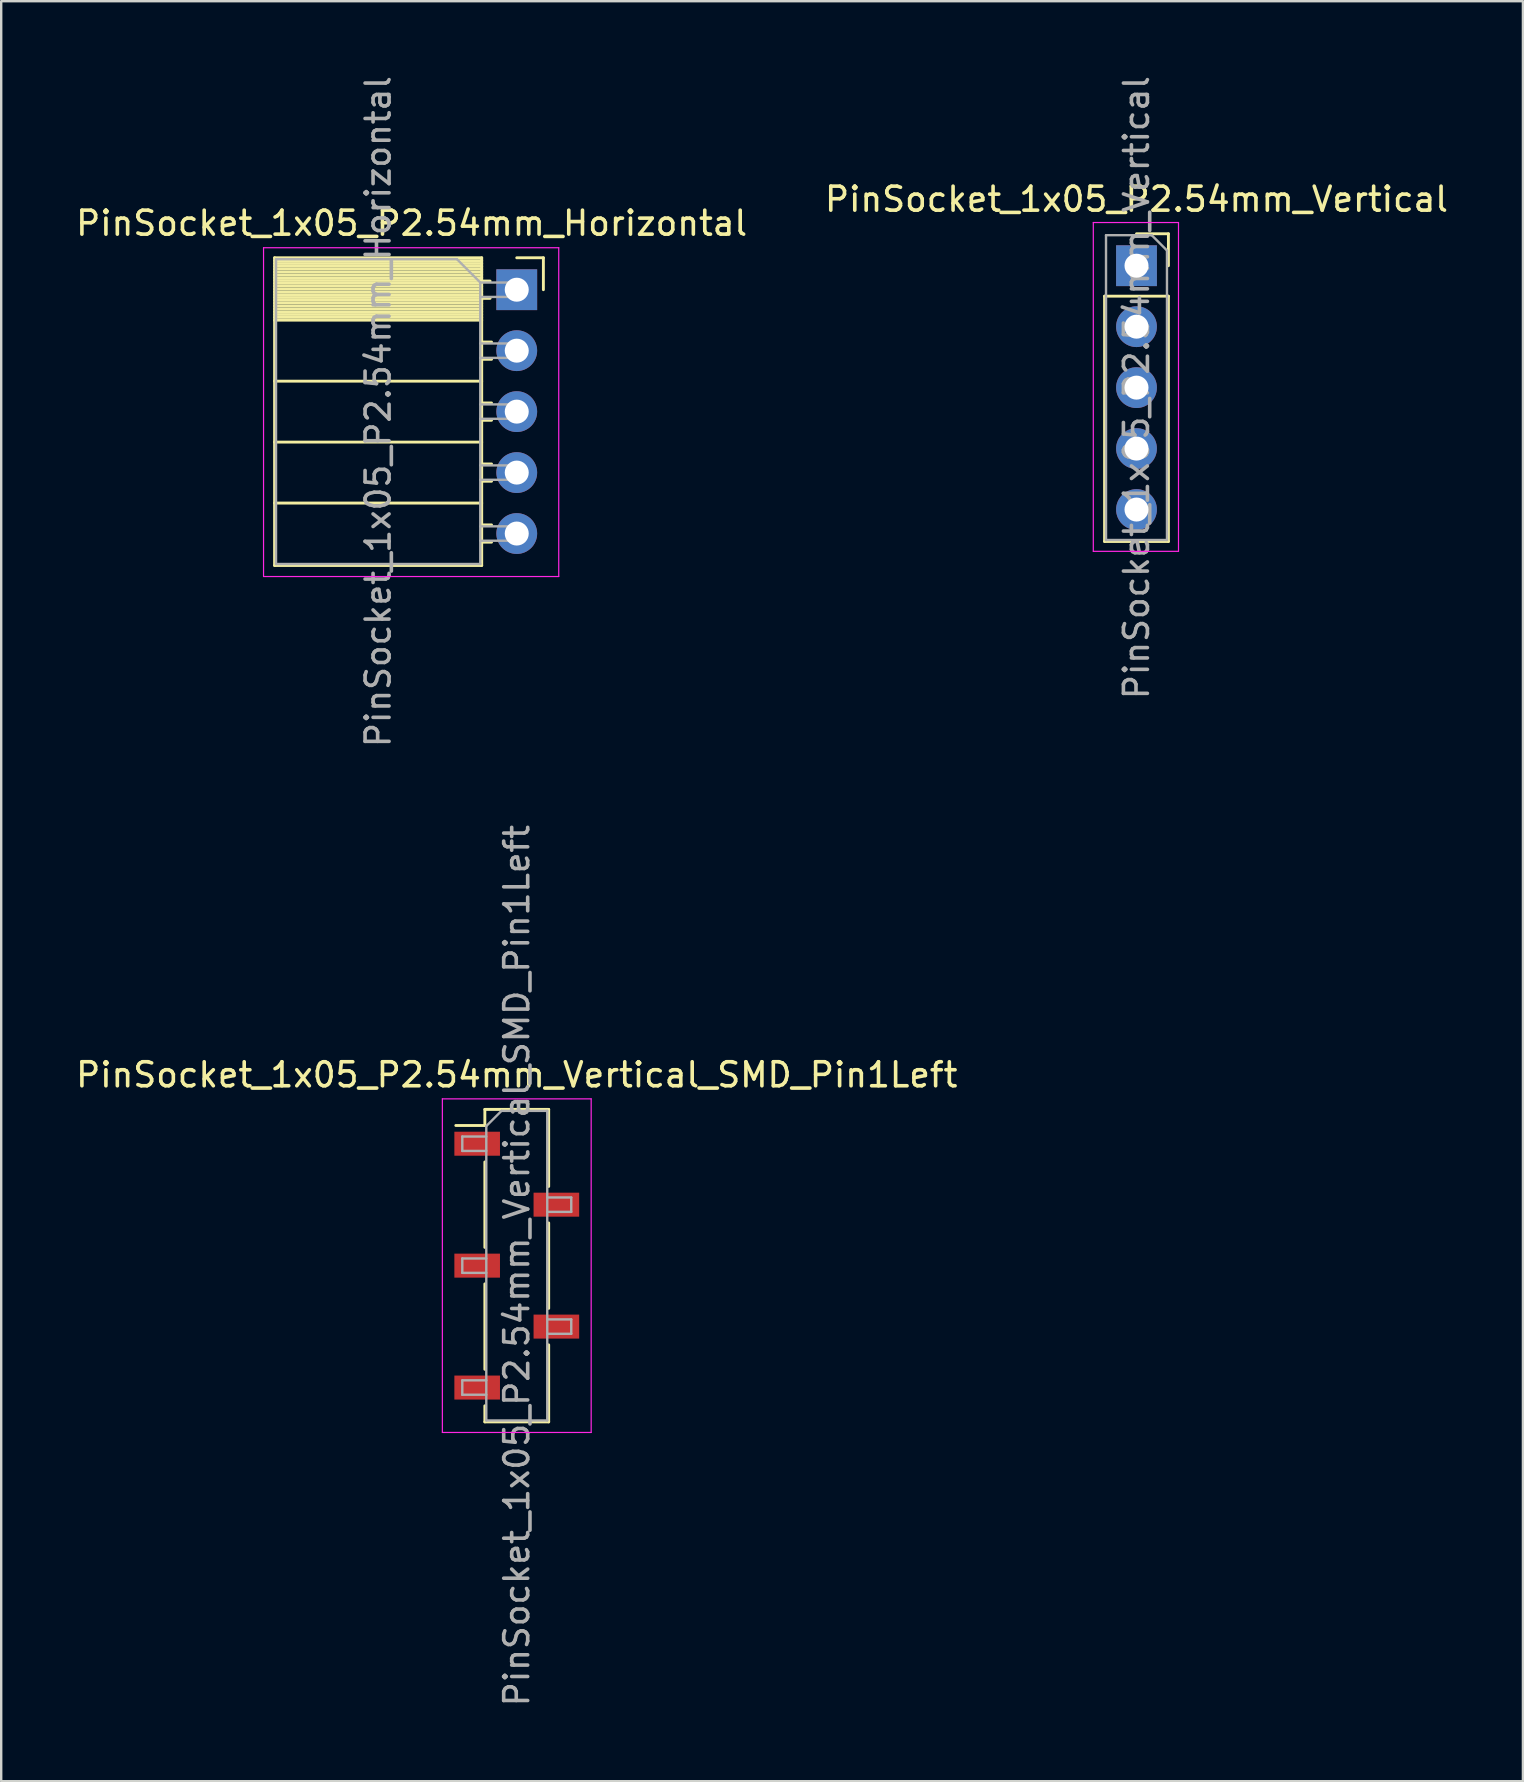
<source format=kicad_pcb>
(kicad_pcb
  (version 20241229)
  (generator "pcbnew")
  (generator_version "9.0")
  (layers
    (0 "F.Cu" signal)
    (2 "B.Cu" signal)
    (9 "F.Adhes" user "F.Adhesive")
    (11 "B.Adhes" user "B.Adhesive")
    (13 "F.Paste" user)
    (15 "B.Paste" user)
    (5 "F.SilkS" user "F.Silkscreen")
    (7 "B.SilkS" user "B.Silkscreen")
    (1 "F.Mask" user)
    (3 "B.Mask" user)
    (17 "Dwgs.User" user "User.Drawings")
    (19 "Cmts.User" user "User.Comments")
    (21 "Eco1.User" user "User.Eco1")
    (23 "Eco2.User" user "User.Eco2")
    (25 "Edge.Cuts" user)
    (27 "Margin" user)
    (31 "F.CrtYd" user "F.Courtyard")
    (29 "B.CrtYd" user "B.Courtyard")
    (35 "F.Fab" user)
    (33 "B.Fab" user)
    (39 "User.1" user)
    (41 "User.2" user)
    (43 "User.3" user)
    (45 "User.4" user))
  (footprint "PinSocket_1x05_P2.54mm_Vertical_SMD_Pin1Left"
    (layer "F.Cu")
    (at 18.482 49.685)
    (property "Reference" "PinSocket_1x05_P2.54mm_Vertical_SMD_Pin1Left" (at 0 -7.95 0) (layer "F.SilkS") (effects (font (size 1 1) (thickness 0.15))))
    (attr smd)
    (fp_line (start -2.54 -5.84) (end -1.33 -5.84) (stroke (width 0.12) (type solid)) (layer "F.SilkS"))
    (fp_line (start -1.33 -6.51) (end -1.33 -5.84) (stroke (width 0.12) (type solid)) (layer "F.SilkS"))
    (fp_line (start -1.33 -6.51) (end 1.33 -6.51) (stroke (width 0.12) (type solid)) (layer "F.SilkS"))
    (fp_line (start -1.33 -4.32) (end -1.33 -0.76) (stroke (width 0.12) (type solid)) (layer "F.SilkS"))
    (fp_line (start -1.33 0.76) (end -1.33 4.32) (stroke (width 0.12) (type solid)) (layer "F.SilkS"))
    (fp_line (start -1.33 5.84) (end -1.33 6.51) (stroke (width 0.12) (type solid)) (layer "F.SilkS"))
    (fp_line (start -1.33 6.51) (end 1.33 6.51) (stroke (width 0.12) (type solid)) (layer "F.SilkS"))
    (fp_line (start 1.33 -6.51) (end 1.33 -3.3) (stroke (width 0.12) (type solid)) (layer "F.SilkS"))
    (fp_line (start 1.33 -1.78) (end 1.33 1.78) (stroke (width 0.12) (type solid)) (layer "F.SilkS"))
    (fp_line (start 1.33 3.3) (end 1.33 6.51) (stroke (width 0.12) (type solid)) (layer "F.SilkS"))
    (fp_line (start -3.1 -6.95) (end 3.1 -6.95) (stroke (width 0.05) (type solid)) (layer "F.CrtYd"))
    (fp_line (start -3.1 6.95) (end -3.1 -6.95) (stroke (width 0.05) (type solid)) (layer "F.CrtYd"))
    (fp_line (start 3.1 -6.95) (end 3.1 6.95) (stroke (width 0.05) (type solid)) (layer "F.CrtYd"))
    (fp_line (start 3.1 6.95) (end -3.1 6.95) (stroke (width 0.05) (type solid)) (layer "F.CrtYd"))
    (fp_line (start -2.27 -5.38) (end -1.27 -5.38) (stroke (width 0.1) (type solid)) (layer "F.Fab"))
    (fp_line (start -2.27 -4.78) (end -2.27 -5.38) (stroke (width 0.1) (type solid)) (layer "F.Fab"))
    (fp_line (start -2.27 -0.3) (end -1.27 -0.3) (stroke (width 0.1) (type solid)) (layer "F.Fab"))
    (fp_line (start -2.27 0.3) (end -2.27 -0.3) (stroke (width 0.1) (type solid)) (layer "F.Fab"))
    (fp_line (start -2.27 4.78) (end -1.27 4.78) (stroke (width 0.1) (type solid)) (layer "F.Fab"))
    (fp_line (start -2.27 5.38) (end -2.27 4.78) (stroke (width 0.1) (type solid)) (layer "F.Fab"))
    (fp_line (start -1.27 -5.815) (end -0.635 -6.45) (stroke (width 0.1) (type solid)) (layer "F.Fab"))
    (fp_line (start -1.27 -4.78) (end -2.27 -4.78) (stroke (width 0.1) (type solid)) (layer "F.Fab"))
    (fp_line (start -1.27 0.3) (end -2.27 0.3) (stroke (width 0.1) (type solid)) (layer "F.Fab"))
    (fp_line (start -1.27 5.38) (end -2.27 5.38) (stroke (width 0.1) (type solid)) (layer "F.Fab"))
    (fp_line (start -1.27 6.45) (end -1.27 -5.815) (stroke (width 0.1) (type solid)) (layer "F.Fab"))
    (fp_line (start -0.635 -6.45) (end 1.27 -6.45) (stroke (width 0.1) (type solid)) (layer "F.Fab"))
    (fp_line (start 1.27 -6.45) (end 1.27 6.45) (stroke (width 0.1) (type solid)) (layer "F.Fab"))
    (fp_line (start 1.27 -2.84) (end 2.27 -2.84) (stroke (width 0.1) (type solid)) (layer "F.Fab"))
    (fp_line (start 1.27 2.24) (end 2.27 2.24) (stroke (width 0.1) (type solid)) (layer "F.Fab"))
    (fp_line (start 1.27 6.45) (end -1.27 6.45) (stroke (width 0.1) (type solid)) (layer "F.Fab"))
    (fp_line (start 2.27 -2.84) (end 2.27 -2.24) (stroke (width 0.1) (type solid)) (layer "F.Fab"))
    (fp_line (start 2.27 -2.24) (end 1.27 -2.24) (stroke (width 0.1) (type solid)) (layer "F.Fab"))
    (fp_line (start 2.27 2.24) (end 2.27 2.84) (stroke (width 0.1) (type solid)) (layer "F.Fab"))
    (fp_line (start 2.27 2.84) (end 1.27 2.84) (stroke (width 0.1) (type solid)) (layer "F.Fab"))
    (fp_text user "${REFERENCE}" (at 0 0 90) (layer "F.Fab") (effects (font (size 1 1) (thickness 0.15))))
    (pad "1" smd rect (at -1.65 -5.08) (size 1.9 1) (layers "F.Cu" "F.Mask" "F.Paste"))
    (pad "2" smd rect (at 1.65 -2.54) (size 1.9 1) (layers "F.Cu" "F.Mask" "F.Paste"))
    (pad "3" smd rect (at -1.65 0) (size 1.9 1) (layers "F.Cu" "F.Mask" "F.Paste"))
    (pad "4" smd rect (at 1.65 2.54) (size 1.9 1) (layers "F.Cu" "F.Mask" "F.Paste"))
    (pad "5" smd rect (at -1.65 5.08) (size 1.9 1) (layers "F.Cu" "F.Mask" "F.Paste")))
  (footprint "PinSocket_1x05_P2.54mm_Horizontal"
    (layer "F.Cu")
    (at 18.481 9.021)
    (property "Reference" "PinSocket_1x05_P2.54mm_Horizontal" (at -4.38 -2.77 0) (layer "F.SilkS") (effects (font (size 1 1) (thickness 0.15))))
    (attr through_hole)
    (fp_line (start -10.09 -1.33) (end -10.09 11.49) (stroke (width 0.12) (type solid)) (layer "F.SilkS"))
    (fp_line (start -10.09 -1.33) (end -1.46 -1.33) (stroke (width 0.12) (type solid)) (layer "F.SilkS"))
    (fp_line (start -10.09 -1.21) (end -1.46 -1.21) (stroke (width 0.12) (type solid)) (layer "F.SilkS"))
    (fp_line (start -10.09 -1.092) (end -1.46 -1.092) (stroke (width 0.12) (type solid)) (layer "F.SilkS"))
    (fp_line (start -10.09 -0.974) (end -1.46 -0.974) (stroke (width 0.12) (type solid)) (layer "F.SilkS"))
    (fp_line (start -10.09 -0.856) (end -1.46 -0.856) (stroke (width 0.12) (type solid)) (layer "F.SilkS"))
    (fp_line (start -10.09 -0.738) (end -1.46 -0.738) (stroke (width 0.12) (type solid)) (layer "F.SilkS"))
    (fp_line (start -10.09 -0.62) (end -1.46 -0.62) (stroke (width 0.12) (type solid)) (layer "F.SilkS"))
    (fp_line (start -10.09 -0.501) (end -1.46 -0.501) (stroke (width 0.12) (type solid)) (layer "F.SilkS"))
    (fp_line (start -10.09 -0.383) (end -1.46 -0.383) (stroke (width 0.12) (type solid)) (layer "F.SilkS"))
    (fp_line (start -10.09 -0.265) (end -1.46 -0.265) (stroke (width 0.12) (type solid)) (layer "F.SilkS"))
    (fp_line (start -10.09 -0.147) (end -1.46 -0.147) (stroke (width 0.12) (type solid)) (layer "F.SilkS"))
    (fp_line (start -10.09 -0.029) (end -1.46 -0.029) (stroke (width 0.12) (type solid)) (layer "F.SilkS"))
    (fp_line (start -10.09 0.089) (end -1.46 0.089) (stroke (width 0.12) (type solid)) (layer "F.SilkS"))
    (fp_line (start -10.09 0.207) (end -1.46 0.207) (stroke (width 0.12) (type solid)) (layer "F.SilkS"))
    (fp_line (start -10.09 0.325) (end -1.46 0.325) (stroke (width 0.12) (type solid)) (layer "F.SilkS"))
    (fp_line (start -10.09 0.443) (end -1.46 0.443) (stroke (width 0.12) (type solid)) (layer "F.SilkS"))
    (fp_line (start -10.09 0.561) (end -1.46 0.561) (stroke (width 0.12) (type solid)) (layer "F.SilkS"))
    (fp_line (start -10.09 0.68) (end -1.46 0.68) (stroke (width 0.12) (type solid)) (layer "F.SilkS"))
    (fp_line (start -10.09 0.798) (end -1.46 0.798) (stroke (width 0.12) (type solid)) (layer "F.SilkS"))
    (fp_line (start -10.09 0.916) (end -1.46 0.916) (stroke (width 0.12) (type solid)) (layer "F.SilkS"))
    (fp_line (start -10.09 1.034) (end -1.46 1.034) (stroke (width 0.12) (type solid)) (layer "F.SilkS"))
    (fp_line (start -10.09 1.152) (end -1.46 1.152) (stroke (width 0.12) (type solid)) (layer "F.SilkS"))
    (fp_line (start -10.09 1.27) (end -1.46 1.27) (stroke (width 0.12) (type solid)) (layer "F.SilkS"))
    (fp_line (start -10.09 3.81) (end -1.46 3.81) (stroke (width 0.12) (type solid)) (layer "F.SilkS"))
    (fp_line (start -10.09 6.35) (end -1.46 6.35) (stroke (width 0.12) (type solid)) (layer "F.SilkS"))
    (fp_line (start -10.09 8.89) (end -1.46 8.89) (stroke (width 0.12) (type solid)) (layer "F.SilkS"))
    (fp_line (start -10.09 11.49) (end -1.46 11.49) (stroke (width 0.12) (type solid)) (layer "F.SilkS"))
    (fp_line (start -1.46 -1.33) (end -1.46 11.49) (stroke (width 0.12) (type solid)) (layer "F.SilkS"))
    (fp_line (start -1.46 -0.36) (end -1.11 -0.36) (stroke (width 0.12) (type solid)) (layer "F.SilkS"))
    (fp_line (start -1.46 0.36) (end -1.11 0.36) (stroke (width 0.12) (type solid)) (layer "F.SilkS"))
    (fp_line (start -1.46 2.18) (end -1.05 2.18) (stroke (width 0.12) (type solid)) (layer "F.SilkS"))
    (fp_line (start -1.46 2.9) (end -1.05 2.9) (stroke (width 0.12) (type solid)) (layer "F.SilkS"))
    (fp_line (start -1.46 4.72) (end -1.05 4.72) (stroke (width 0.12) (type solid)) (layer "F.SilkS"))
    (fp_line (start -1.46 5.44) (end -1.05 5.44) (stroke (width 0.12) (type solid)) (layer "F.SilkS"))
    (fp_line (start -1.46 7.26) (end -1.05 7.26) (stroke (width 0.12) (type solid)) (layer "F.SilkS"))
    (fp_line (start -1.46 7.98) (end -1.05 7.98) (stroke (width 0.12) (type solid)) (layer "F.SilkS"))
    (fp_line (start -1.46 9.8) (end -1.05 9.8) (stroke (width 0.12) (type solid)) (layer "F.SilkS"))
    (fp_line (start -1.46 10.52) (end -1.05 10.52) (stroke (width 0.12) (type solid)) (layer "F.SilkS"))
    (fp_line (start 0 -1.33) (end 1.11 -1.33) (stroke (width 0.12) (type solid)) (layer "F.SilkS"))
    (fp_line (start 1.11 -1.33) (end 1.11 0) (stroke (width 0.12) (type solid)) (layer "F.SilkS"))
    (fp_line (start -10.55 -1.75) (end -10.55 11.95) (stroke (width 0.05) (type solid)) (layer "F.CrtYd"))
    (fp_line (start -10.55 11.95) (end 1.75 11.95) (stroke (width 0.05) (type solid)) (layer "F.CrtYd"))
    (fp_line (start 1.75 -1.75) (end -10.55 -1.75) (stroke (width 0.05) (type solid)) (layer "F.CrtYd"))
    (fp_line (start 1.75 11.95) (end 1.75 -1.75) (stroke (width 0.05) (type solid)) (layer "F.CrtYd"))
    (fp_line (start -10.03 -1.27) (end -2.49 -1.27) (stroke (width 0.1) (type solid)) (layer "F.Fab"))
    (fp_line (start -10.03 11.43) (end -10.03 -1.27) (stroke (width 0.1) (type solid)) (layer "F.Fab"))
    (fp_line (start -2.49 -1.27) (end -1.52 -0.3) (stroke (width 0.1) (type solid)) (layer "F.Fab"))
    (fp_line (start -1.52 -0.3) (end -1.52 11.43) (stroke (width 0.1) (type solid)) (layer "F.Fab"))
    (fp_line (start -1.52 0.3) (end 0 0.3) (stroke (width 0.1) (type solid)) (layer "F.Fab"))
    (fp_line (start -1.52 2.84) (end 0 2.84) (stroke (width 0.1) (type solid)) (layer "F.Fab"))
    (fp_line (start -1.52 5.38) (end 0 5.38) (stroke (width 0.1) (type solid)) (layer "F.Fab"))
    (fp_line (start -1.52 7.92) (end 0 7.92) (stroke (width 0.1) (type solid)) (layer "F.Fab"))
    (fp_line (start -1.52 10.46) (end 0 10.46) (stroke (width 0.1) (type solid)) (layer "F.Fab"))
    (fp_line (start -1.52 11.43) (end -10.03 11.43) (stroke (width 0.1) (type solid)) (layer "F.Fab"))
    (fp_line (start 0 -0.3) (end -1.52 -0.3) (stroke (width 0.1) (type solid)) (layer "F.Fab"))
    (fp_line (start 0 0.3) (end 0 -0.3) (stroke (width 0.1) (type solid)) (layer "F.Fab"))
    (fp_line (start 0 2.24) (end -1.52 2.24) (stroke (width 0.1) (type solid)) (layer "F.Fab"))
    (fp_line (start 0 2.84) (end 0 2.24) (stroke (width 0.1) (type solid)) (layer "F.Fab"))
    (fp_line (start 0 4.78) (end -1.52 4.78) (stroke (width 0.1) (type solid)) (layer "F.Fab"))
    (fp_line (start 0 5.38) (end 0 4.78) (stroke (width 0.1) (type solid)) (layer "F.Fab"))
    (fp_line (start 0 7.32) (end -1.52 7.32) (stroke (width 0.1) (type solid)) (layer "F.Fab"))
    (fp_line (start 0 7.92) (end 0 7.32) (stroke (width 0.1) (type solid)) (layer "F.Fab"))
    (fp_line (start 0 9.86) (end -1.52 9.86) (stroke (width 0.1) (type solid)) (layer "F.Fab"))
    (fp_line (start 0 10.46) (end 0 9.86) (stroke (width 0.1) (type solid)) (layer "F.Fab"))
    (fp_text user "${REFERENCE}" (at -5.775 5.08 90) (layer "F.Fab") (effects (font (size 1 1) (thickness 0.15))))
    (pad "1" thru_hole rect (at 0 0) (size 1.7 1.7) (drill 1) (layers "*.Cu" "*.Mask"))
    (pad "2" thru_hole circle (at 0 2.54) (size 1.7 1.7) (drill 1) (layers "*.Cu" "*.Mask"))
    (pad "3" thru_hole circle (at 0 5.08) (size 1.7 1.7) (drill 1) (layers "*.Cu" "*.Mask"))
    (pad "4" thru_hole circle (at 0 7.62) (size 1.7 1.7) (drill 1) (layers "*.Cu" "*.Mask"))
    (pad "5" thru_hole circle (at 0 10.16) (size 1.7 1.7) (drill 1) (layers "*.Cu" "*.Mask")))
  (footprint "PinSocket_1x05_P2.54mm_Vertical"
    (layer "F.Cu")
    (at 44.304 8.021)
    (property "Reference" "PinSocket_1x05_P2.54mm_Vertical" (at 0 -2.77 0) (layer "F.SilkS") (effects (font (size 1 1) (thickness 0.15))))
    (attr through_hole)
    (fp_line (start -1.33 1.27) (end -1.33 11.49) (stroke (width 0.12) (type solid)) (layer "F.SilkS"))
    (fp_line (start -1.33 1.27) (end 1.33 1.27) (stroke (width 0.12) (type solid)) (layer "F.SilkS"))
    (fp_line (start -1.33 11.49) (end 1.33 11.49) (stroke (width 0.12) (type solid)) (layer "F.SilkS"))
    (fp_line (start 0 -1.33) (end 1.33 -1.33) (stroke (width 0.12) (type solid)) (layer "F.SilkS"))
    (fp_line (start 1.33 -1.33) (end 1.33 0) (stroke (width 0.12) (type solid)) (layer "F.SilkS"))
    (fp_line (start 1.33 1.27) (end 1.33 11.49) (stroke (width 0.12) (type solid)) (layer "F.SilkS"))
    (fp_line (start -1.8 -1.8) (end 1.75 -1.8) (stroke (width 0.05) (type solid)) (layer "F.CrtYd"))
    (fp_line (start -1.8 11.9) (end -1.8 -1.8) (stroke (width 0.05) (type solid)) (layer "F.CrtYd"))
    (fp_line (start 1.75 -1.8) (end 1.75 11.9) (stroke (width 0.05) (type solid)) (layer "F.CrtYd"))
    (fp_line (start 1.75 11.9) (end -1.8 11.9) (stroke (width 0.05) (type solid)) (layer "F.CrtYd"))
    (fp_line (start -1.27 -1.27) (end 0.635 -1.27) (stroke (width 0.1) (type solid)) (layer "F.Fab"))
    (fp_line (start -1.27 11.43) (end -1.27 -1.27) (stroke (width 0.1) (type solid)) (layer "F.Fab"))
    (fp_line (start 0.635 -1.27) (end 1.27 -0.635) (stroke (width 0.1) (type solid)) (layer "F.Fab"))
    (fp_line (start 1.27 -0.635) (end 1.27 11.43) (stroke (width 0.1) (type solid)) (layer "F.Fab"))
    (fp_line (start 1.27 11.43) (end -1.27 11.43) (stroke (width 0.1) (type solid)) (layer "F.Fab"))
    (fp_text user "${REFERENCE}" (at 0 5.08 90) (layer "F.Fab") (effects (font (size 1 1) (thickness 0.15))))
    (pad "1" thru_hole rect (at 0 0) (size 1.7 1.7) (drill 1) (layers "*.Cu" "*.Mask"))
    (pad "2" thru_hole circle (at 0 2.54) (size 1.7 1.7) (drill 1) (layers "*.Cu" "*.Mask"))
    (pad "3" thru_hole circle (at 0 5.08) (size 1.7 1.7) (drill 1) (layers "*.Cu" "*.Mask"))
    (pad "4" thru_hole circle (at 0 7.62) (size 1.7 1.7) (drill 1) (layers "*.Cu" "*.Mask"))
    (pad "5" thru_hole circle (at 0 10.16) (size 1.7 1.7) (drill 1) (layers "*.Cu" "*.Mask")))
  (gr_rect
    (start -3 -3)
    (end 60.405 71.167)
    (stroke (width 0.1) (type default))
    (fill no)
    (layer "Edge.Cuts")))
</source>
